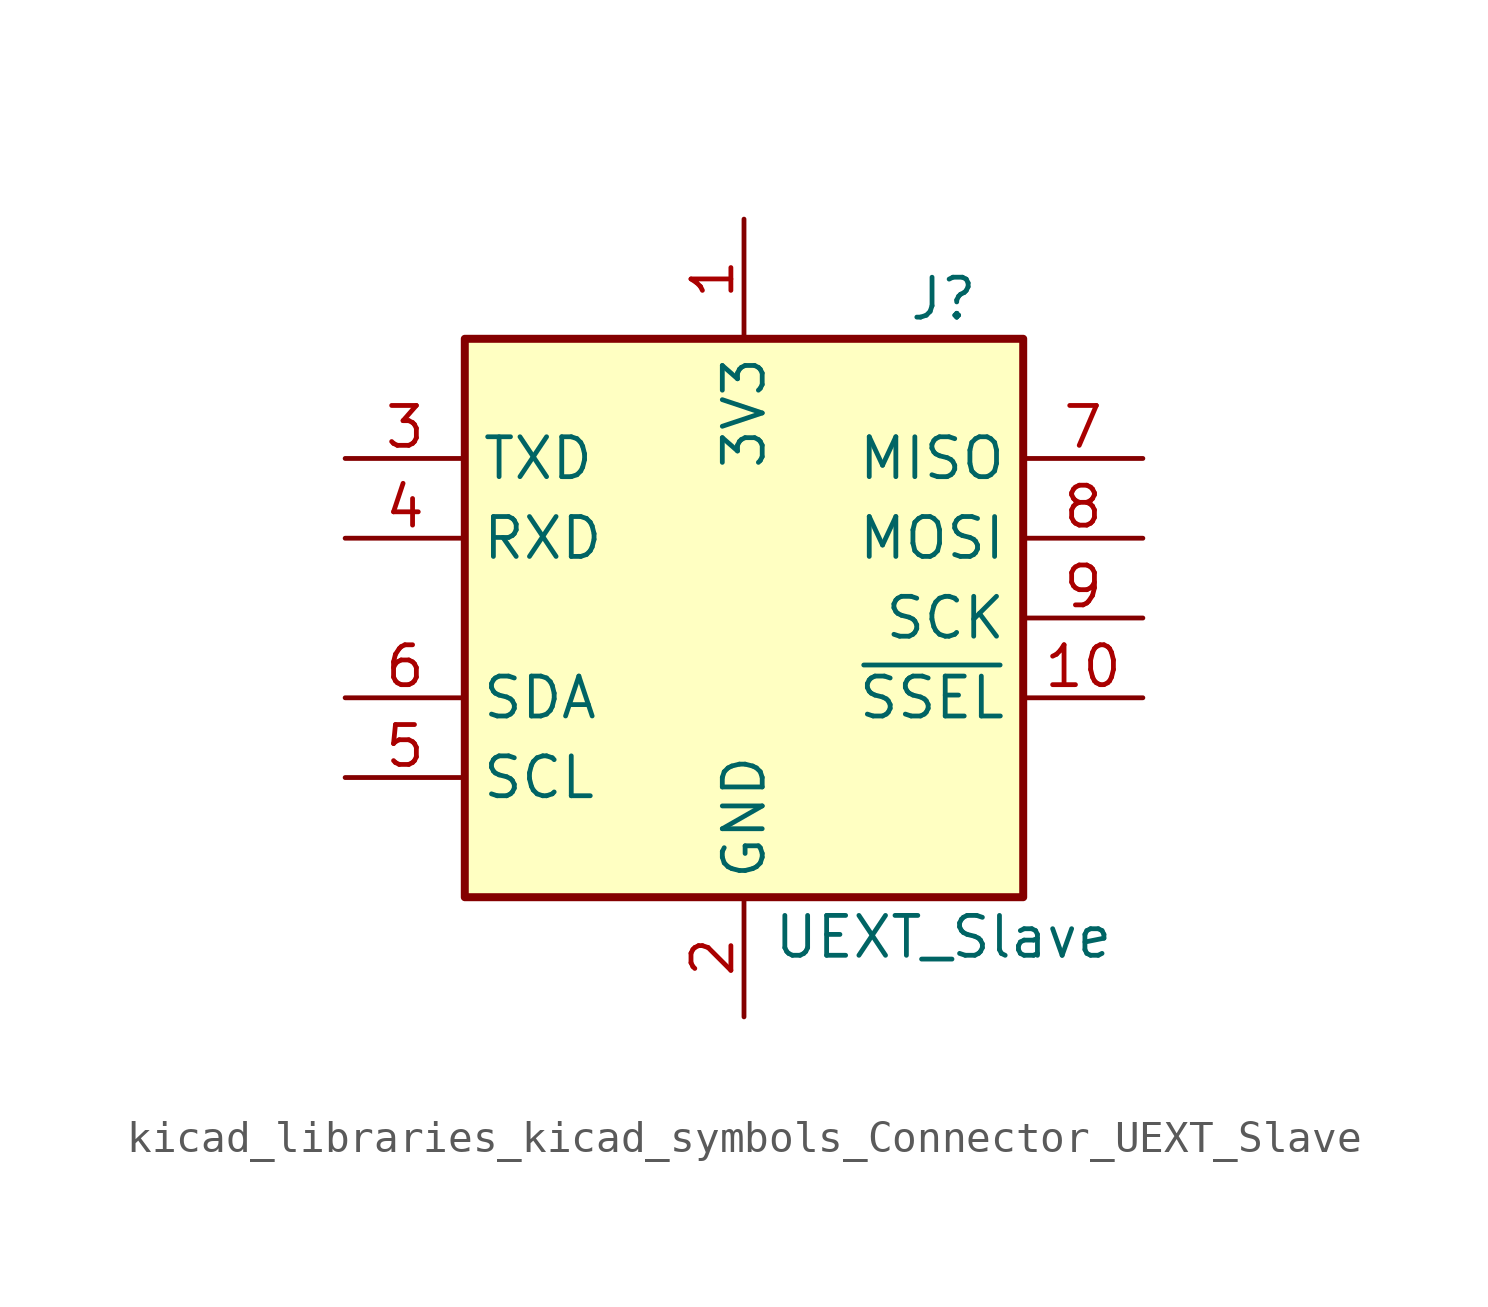
<source format=kicad_sym>
(kicad_symbol_lib
  (version 20220914)
  (generator kicad_symbol_editor)
  (symbol "kicad_libraries_kicad_symbols_Connector_UEXT_Slave"
    (property "Reference" "J"
      (at 6.35 10.16 0)
      (effects (font (size 1.27 1.27))))
    (property "Value" "UEXT_Slave"
      (at 6.35 -10.16 0)
      (effects (font (size 1.27 1.27))))
    (symbol "kicad_libraries_kicad_symbols_Connector_UEXT_Slave_1_1"
      (rectangle (start -8.89 8.89) (end 8.89 -8.89) (stroke (width 0.254) (type default)) (fill (type background)))
      (pin power_out line (at 0 12.7 270) (length 3.81) (name "3V3" (effects (font (size 1.27 1.27)))) (number "1" (effects (font (size 1.27 1.27)))))
      (pin input line (at 12.7 -2.54 180) (length 3.81) (name "~{SSEL}" (effects (font (size 1.27 1.27)))) (number "10" (effects (font (size 1.27 1.27)))))
      (pin power_in line (at 0 -12.7 90) (length 3.81) (name "GND" (effects (font (size 1.27 1.27)))) (number "2" (effects (font (size 1.27 1.27)))))
      (pin input line (at -12.7 5.08 0) (length 3.81) (name "TXD" (effects (font (size 1.27 1.27)))) (number "3" (effects (font (size 1.27 1.27)))))
      (pin output line (at -12.7 2.54 0) (length 3.81) (name "RXD" (effects (font (size 1.27 1.27)))) (number "4" (effects (font (size 1.27 1.27)))))
      (pin input line (at -12.7 -5.08 0) (length 3.81) (name "SCL" (effects (font (size 1.27 1.27)))) (number "5" (effects (font (size 1.27 1.27)))))
      (pin bidirectional line (at -12.7 -2.54 0) (length 3.81) (name "SDA" (effects (font (size 1.27 1.27)))) (number "6" (effects (font (size 1.27 1.27)))))
      (pin input line (at 12.7 5.08 180) (length 3.81) (name "MISO" (effects (font (size 1.27 1.27)))) (number "7" (effects (font (size 1.27 1.27)))))
      (pin output line (at 12.7 2.54 180) (length 3.81) (name "MOSI" (effects (font (size 1.27 1.27)))) (number "8" (effects (font (size 1.27 1.27)))))
      (pin input line (at 12.7 0 180) (length 3.81) (name "SCK" (effects (font (size 1.27 1.27)))) (number "9" (effects (font (size 1.27 1.27))))))))
</source>
